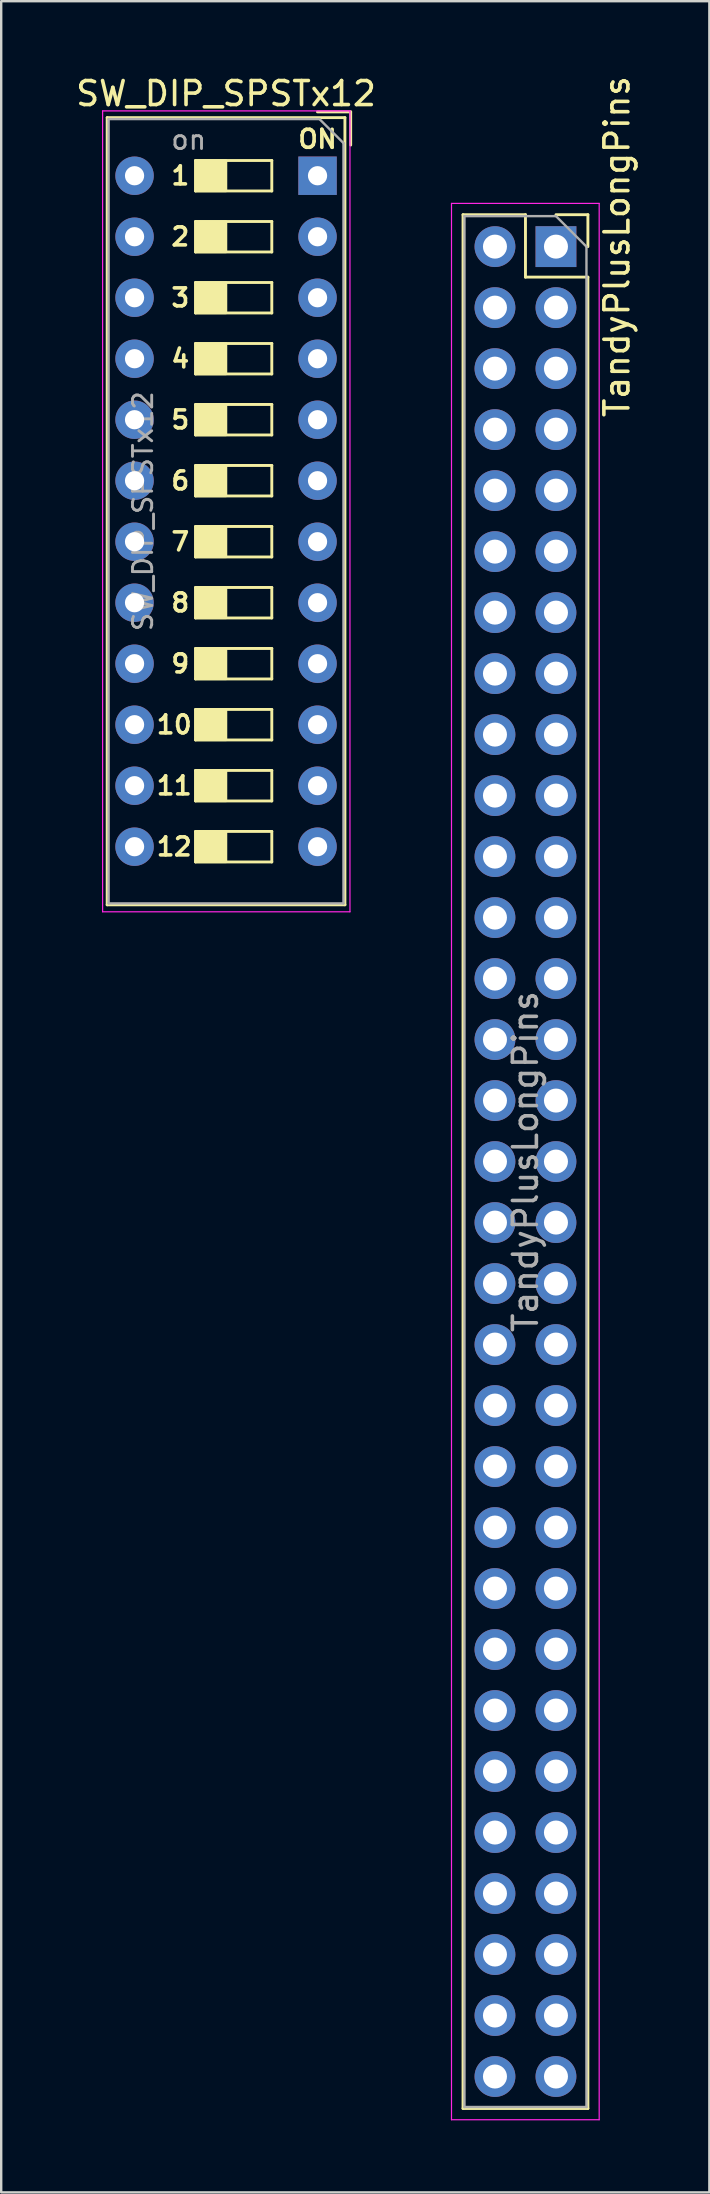
<source format=kicad_pcb>
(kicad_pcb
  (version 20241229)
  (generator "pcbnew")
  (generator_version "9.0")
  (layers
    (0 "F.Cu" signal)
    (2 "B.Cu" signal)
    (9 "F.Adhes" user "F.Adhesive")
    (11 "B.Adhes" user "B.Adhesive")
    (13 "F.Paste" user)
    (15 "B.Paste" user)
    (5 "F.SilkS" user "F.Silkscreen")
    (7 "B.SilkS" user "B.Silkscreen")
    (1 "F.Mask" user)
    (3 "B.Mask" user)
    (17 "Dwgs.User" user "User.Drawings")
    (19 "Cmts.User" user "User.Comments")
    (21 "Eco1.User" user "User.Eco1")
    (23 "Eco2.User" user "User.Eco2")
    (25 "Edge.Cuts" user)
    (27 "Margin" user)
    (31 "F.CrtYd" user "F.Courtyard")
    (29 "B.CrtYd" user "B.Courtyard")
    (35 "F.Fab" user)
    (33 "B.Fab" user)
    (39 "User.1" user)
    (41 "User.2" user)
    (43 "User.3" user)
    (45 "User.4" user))
  (footprint "SW_DIP_SPSTx12"
    (layer "F.Cu")
    (at 10.173 4.268)
    (property "Reference" "SW_DIP_SPSTx12" (at -3.81 -3.42 0) (layer "F.SilkS") (effects (font (size 1 1) (thickness 0.15))))
    (attr through_hole)
    (fp_line (start -8.76 -2.42) (end -8.76 30.36) (stroke (width 0.12) (type solid)) (layer "F.SilkS"))
    (fp_line (start -5.08 -0.635) (end -1.905 -0.635) (stroke (width 0.12) (type solid)) (layer "F.SilkS"))
    (fp_line (start -5.08 0.635) (end -5.08 -0.635) (stroke (width 0.12) (type solid)) (layer "F.SilkS"))
    (fp_line (start -5.08 1.905) (end -1.905 1.905) (stroke (width 0.12) (type solid)) (layer "F.SilkS"))
    (fp_line (start -5.08 3.175) (end -5.08 1.905) (stroke (width 0.12) (type solid)) (layer "F.SilkS"))
    (fp_line (start -5.08 4.445) (end -1.905 4.445) (stroke (width 0.12) (type solid)) (layer "F.SilkS"))
    (fp_line (start -5.08 5.715) (end -5.08 4.445) (stroke (width 0.12) (type solid)) (layer "F.SilkS"))
    (fp_line (start -5.08 6.985) (end -1.905 6.985) (stroke (width 0.12) (type solid)) (layer "F.SilkS"))
    (fp_line (start -5.08 8.255) (end -5.08 6.985) (stroke (width 0.12) (type solid)) (layer "F.SilkS"))
    (fp_line (start -5.08 9.525) (end -1.905 9.525) (stroke (width 0.12) (type solid)) (layer "F.SilkS"))
    (fp_line (start -5.08 10.795) (end -5.08 9.525) (stroke (width 0.12) (type solid)) (layer "F.SilkS"))
    (fp_line (start -5.08 12.065) (end -1.905 12.065) (stroke (width 0.12) (type solid)) (layer "F.SilkS"))
    (fp_line (start -5.08 13.335) (end -5.08 12.065) (stroke (width 0.12) (type solid)) (layer "F.SilkS"))
    (fp_line (start -5.08 14.605) (end -1.905 14.605) (stroke (width 0.12) (type solid)) (layer "F.SilkS"))
    (fp_line (start -5.08 15.875) (end -5.08 14.605) (stroke (width 0.12) (type solid)) (layer "F.SilkS"))
    (fp_line (start -5.08 17.145) (end -1.905 17.145) (stroke (width 0.12) (type solid)) (layer "F.SilkS"))
    (fp_line (start -5.08 18.415) (end -5.08 17.145) (stroke (width 0.12) (type solid)) (layer "F.SilkS"))
    (fp_line (start -5.08 19.685) (end -1.905 19.685) (stroke (width 0.12) (type solid)) (layer "F.SilkS"))
    (fp_line (start -5.08 20.955) (end -5.08 19.685) (stroke (width 0.12) (type solid)) (layer "F.SilkS"))
    (fp_line (start -5.08 22.225) (end -1.905 22.225) (stroke (width 0.12) (type solid)) (layer "F.SilkS"))
    (fp_line (start -5.08 23.495) (end -5.08 22.225) (stroke (width 0.12) (type solid)) (layer "F.SilkS"))
    (fp_line (start -5.08 24.765) (end -1.905 24.765) (stroke (width 0.12) (type solid)) (layer "F.SilkS"))
    (fp_line (start -5.08 26.035) (end -5.08 24.765) (stroke (width 0.12) (type solid)) (layer "F.SilkS"))
    (fp_line (start -5.08 27.305) (end -1.905 27.305) (stroke (width 0.12) (type solid)) (layer "F.SilkS"))
    (fp_line (start -5.08 28.575) (end -5.08 27.305) (stroke (width 0.12) (type solid)) (layer "F.SilkS"))
    (fp_line (start -1.905 -0.635) (end -1.905 0.635) (stroke (width 0.12) (type solid)) (layer "F.SilkS"))
    (fp_line (start -1.905 0.635) (end -5.08 0.635) (stroke (width 0.12) (type solid)) (layer "F.SilkS"))
    (fp_line (start -1.905 1.905) (end -1.905 3.175) (stroke (width 0.12) (type solid)) (layer "F.SilkS"))
    (fp_line (start -1.905 3.175) (end -5.08 3.175) (stroke (width 0.12) (type solid)) (layer "F.SilkS"))
    (fp_line (start -1.905 4.445) (end -1.905 5.715) (stroke (width 0.12) (type solid)) (layer "F.SilkS"))
    (fp_line (start -1.905 5.715) (end -5.08 5.715) (stroke (width 0.12) (type solid)) (layer "F.SilkS"))
    (fp_line (start -1.905 6.985) (end -1.905 8.255) (stroke (width 0.12) (type solid)) (layer "F.SilkS"))
    (fp_line (start -1.905 8.255) (end -5.08 8.255) (stroke (width 0.12) (type solid)) (layer "F.SilkS"))
    (fp_line (start -1.905 9.525) (end -1.905 10.795) (stroke (width 0.12) (type solid)) (layer "F.SilkS"))
    (fp_line (start -1.905 10.795) (end -5.08 10.795) (stroke (width 0.12) (type solid)) (layer "F.SilkS"))
    (fp_line (start -1.905 12.065) (end -1.905 13.335) (stroke (width 0.12) (type solid)) (layer "F.SilkS"))
    (fp_line (start -1.905 13.335) (end -5.08 13.335) (stroke (width 0.12) (type solid)) (layer "F.SilkS"))
    (fp_line (start -1.905 14.605) (end -1.905 15.875) (stroke (width 0.12) (type solid)) (layer "F.SilkS"))
    (fp_line (start -1.905 15.875) (end -5.08 15.875) (stroke (width 0.12) (type solid)) (layer "F.SilkS"))
    (fp_line (start -1.905 17.145) (end -1.905 18.415) (stroke (width 0.12) (type solid)) (layer "F.SilkS"))
    (fp_line (start -1.905 18.415) (end -5.08 18.415) (stroke (width 0.12) (type solid)) (layer "F.SilkS"))
    (fp_line (start -1.905 19.685) (end -1.905 20.955) (stroke (width 0.12) (type solid)) (layer "F.SilkS"))
    (fp_line (start -1.905 20.955) (end -5.08 20.955) (stroke (width 0.12) (type solid)) (layer "F.SilkS"))
    (fp_line (start -1.905 22.225) (end -1.905 23.495) (stroke (width 0.12) (type solid)) (layer "F.SilkS"))
    (fp_line (start -1.905 23.495) (end -5.08 23.495) (stroke (width 0.12) (type solid)) (layer "F.SilkS"))
    (fp_line (start -1.905 24.765) (end -1.905 26.035) (stroke (width 0.12) (type solid)) (layer "F.SilkS"))
    (fp_line (start -1.905 26.035) (end -5.08 26.035) (stroke (width 0.12) (type solid)) (layer "F.SilkS"))
    (fp_line (start -1.905 27.305) (end -1.905 28.575) (stroke (width 0.12) (type solid)) (layer "F.SilkS"))
    (fp_line (start -1.905 28.575) (end -5.08 28.575) (stroke (width 0.12) (type solid)) (layer "F.SilkS"))
    (fp_line (start 1.14 -2.42) (end -8.76 -2.42) (stroke (width 0.12) (type solid)) (layer "F.SilkS"))
    (fp_line (start 1.14 -2.42) (end 1.14 30.36) (stroke (width 0.12) (type solid)) (layer "F.SilkS"))
    (fp_line (start 1.14 30.36) (end -8.76 30.36) (stroke (width 0.12) (type solid)) (layer "F.SilkS"))
    (fp_line (start 1.38 -2.66) (end -0.004 -2.66) (stroke (width 0.12) (type solid)) (layer "F.SilkS"))
    (fp_line (start 1.38 -2.66) (end 1.38 -1.277) (stroke (width 0.12) (type solid)) (layer "F.SilkS"))
    (fp_poly (pts (xy -3.81 0.635) (xy -5.08 0.635) (xy -5.08 -0.635) (xy -3.81 -0.635)) (stroke (width 0.1) (type solid)) (fill yes) (layer "F.SilkS"))
    (fp_poly (pts (xy -3.81 3.175) (xy -5.08 3.175) (xy -5.08 1.905) (xy -3.81 1.905)) (stroke (width 0.1) (type solid)) (fill yes) (layer "F.SilkS"))
    (fp_poly (pts (xy -3.81 5.715) (xy -5.08 5.715) (xy -5.08 4.445) (xy -3.81 4.445)) (stroke (width 0.1) (type solid)) (fill yes) (layer "F.SilkS"))
    (fp_poly (pts (xy -3.81 8.255) (xy -5.08 8.255) (xy -5.08 6.985) (xy -3.81 6.985)) (stroke (width 0.1) (type solid)) (fill yes) (layer "F.SilkS"))
    (fp_poly (pts (xy -3.81 10.795) (xy -5.08 10.795) (xy -5.08 9.525) (xy -3.81 9.525)) (stroke (width 0.1) (type solid)) (fill yes) (layer "F.SilkS"))
    (fp_poly (pts (xy -3.81 13.335) (xy -5.08 13.335) (xy -5.08 12.065) (xy -3.81 12.065)) (stroke (width 0.1) (type solid)) (fill yes) (layer "F.SilkS"))
    (fp_poly (pts (xy -3.81 15.875) (xy -5.08 15.875) (xy -5.08 14.605) (xy -3.81 14.605)) (stroke (width 0.1) (type solid)) (fill yes) (layer "F.SilkS"))
    (fp_poly (pts (xy -3.81 18.415) (xy -5.08 18.415) (xy -5.08 17.145) (xy -3.81 17.145)) (stroke (width 0.1) (type solid)) (fill yes) (layer "F.SilkS"))
    (fp_poly (pts (xy -3.81 20.955) (xy -5.08 20.955) (xy -5.08 19.685) (xy -3.81 19.685)) (stroke (width 0.1) (type solid)) (fill yes) (layer "F.SilkS"))
    (fp_poly (pts (xy -3.81 23.495) (xy -5.08 23.495) (xy -5.08 22.225) (xy -3.81 22.225)) (stroke (width 0.1) (type solid)) (fill yes) (layer "F.SilkS"))
    (fp_poly (pts (xy -3.81 26.035) (xy -5.08 26.035) (xy -5.08 24.765) (xy -3.81 24.765)) (stroke (width 0.1) (type solid)) (fill yes) (layer "F.SilkS"))
    (fp_poly (pts (xy -3.81 28.575) (xy -5.08 28.575) (xy -5.08 27.305) (xy -3.81 27.305)) (stroke (width 0.1) (type solid)) (fill yes) (layer "F.SilkS"))
    (fp_line (start -8.95 -2.7) (end 1.35 -2.7) (stroke (width 0.05) (type solid)) (layer "F.CrtYd"))
    (fp_line (start -8.95 30.65) (end -8.95 -2.7) (stroke (width 0.05) (type solid)) (layer "F.CrtYd"))
    (fp_line (start 1.35 -2.7) (end 1.35 30.65) (stroke (width 0.05) (type solid)) (layer "F.CrtYd"))
    (fp_line (start 1.35 30.65) (end -8.95 30.65) (stroke (width 0.05) (type solid)) (layer "F.CrtYd"))
    (fp_line (start -8.7 -2.36) (end -8.7 30.3) (stroke (width 0.1) (type solid)) (layer "F.Fab"))
    (fp_line (start -8.7 30.3) (end 1.08 30.3) (stroke (width 0.1) (type solid)) (layer "F.Fab"))
    (fp_line (start 0.08 -2.36) (end -8.7 -2.36) (stroke (width 0.1) (type solid)) (layer "F.Fab"))
    (fp_line (start 1.08 -1.36) (end 0.08 -2.36) (stroke (width 0.1) (type solid)) (layer "F.Fab"))
    (fp_line (start 1.08 30.3) (end 1.08 -1.36) (stroke (width 0.1) (type solid)) (layer "F.Fab"))
    (fp_text user "3" (at -5.715 5.08 0) (layer "F.SilkS") (effects (font (size 0.75 0.75) (thickness 0.15))))
    (fp_text user "10" (at -5.969 22.86 0) (layer "F.SilkS") (effects (font (size 0.75 0.75) (thickness 0.15))))
    (fp_text user "4" (at -5.715 7.62 0) (layer "F.SilkS") (effects (font (size 0.75 0.75) (thickness 0.15))))
    (fp_text user "7" (at -5.715 15.24 0) (layer "F.SilkS") (effects (font (size 0.75 0.75) (thickness 0.15))))
    (fp_text user "9" (at -5.715 20.32 0) (layer "F.SilkS") (effects (font (size 0.75 0.75) (thickness 0.15))))
    (fp_text user "11" (at -5.969 25.4 0) (layer "F.SilkS") (effects (font (size 0.75 0.75) (thickness 0.15))))
    (fp_text user "12" (at -5.969 27.94 0) (layer "F.SilkS") (effects (font (size 0.75 0.75) (thickness 0.15))))
    (fp_text user "1" (at -5.715 0 0) (layer "F.SilkS") (effects (font (size 0.75 0.75) (thickness 0.15))))
    (fp_text user "5" (at -5.715 10.16 0) (layer "F.SilkS") (effects (font (size 0.75 0.75) (thickness 0.15))))
    (fp_text user "6" (at -5.715 12.7 0) (layer "F.SilkS") (effects (font (size 0.75 0.75) (thickness 0.15))))
    (fp_text user "ON" (at 0 -1.524 0) (layer "F.SilkS") (effects (font (size 0.75 0.75) (thickness 0.15))))
    (fp_text user "2" (at -5.715 2.54 0) (layer "F.SilkS") (effects (font (size 0.75 0.75) (thickness 0.15))))
    (fp_text user "8" (at -5.715 17.78 0) (layer "F.SilkS") (effects (font (size 0.75 0.75) (thickness 0.15))))
    (fp_text user "${REFERENCE}" (at -7.27 13.97 90) (layer "F.Fab") (effects (font (size 0.8 0.8) (thickness 0.12))))
    (fp_text user "on" (at -5.365 -1.498 0) (layer "F.Fab") (effects (font (size 0.8 0.8) (thickness 0.12))))
    (pad "1" thru_hole rect (at 0 0) (size 1.6 1.6) (drill 0.8) (layers "*.Cu" "*.Mask"))
    (pad "2" thru_hole oval (at 0 2.54) (size 1.6 1.6) (drill 0.8) (layers "*.Cu" "*.Mask"))
    (pad "3" thru_hole oval (at 0 5.08) (size 1.6 1.6) (drill 0.8) (layers "*.Cu" "*.Mask"))
    (pad "4" thru_hole oval (at 0 7.62) (size 1.6 1.6) (drill 0.8) (layers "*.Cu" "*.Mask"))
    (pad "5" thru_hole oval (at 0 10.16) (size 1.6 1.6) (drill 0.8) (layers "*.Cu" "*.Mask"))
    (pad "6" thru_hole oval (at 0 12.7) (size 1.6 1.6) (drill 0.8) (layers "*.Cu" "*.Mask"))
    (pad "7" thru_hole oval (at 0 15.24) (size 1.6 1.6) (drill 0.8) (layers "*.Cu" "*.Mask"))
    (pad "8" thru_hole oval (at 0 17.78) (size 1.6 1.6) (drill 0.8) (layers "*.Cu" "*.Mask"))
    (pad "9" thru_hole oval (at 0 20.32) (size 1.6 1.6) (drill 0.8) (layers "*.Cu" "*.Mask"))
    (pad "10" thru_hole oval (at 0 22.86) (size 1.6 1.6) (drill 0.8) (layers "*.Cu" "*.Mask"))
    (pad "11" thru_hole oval (at 0 25.4) (size 1.6 1.6) (drill 0.8) (layers "*.Cu" "*.Mask"))
    (pad "12" thru_hole oval (at 0 27.94) (size 1.6 1.6) (drill 0.8) (layers "*.Cu" "*.Mask"))
    (pad "13" thru_hole oval (at -7.62 27.94) (size 1.6 1.6) (drill 0.8) (layers "*.Cu" "*.Mask"))
    (pad "14" thru_hole oval (at -7.62 25.4) (size 1.6 1.6) (drill 0.8) (layers "*.Cu" "*.Mask"))
    (pad "15" thru_hole oval (at -7.62 22.86) (size 1.6 1.6) (drill 0.8) (layers "*.Cu" "*.Mask"))
    (pad "16" thru_hole oval (at -7.62 20.32) (size 1.6 1.6) (drill 0.8) (layers "*.Cu" "*.Mask"))
    (pad "17" thru_hole oval (at -7.62 17.78) (size 1.6 1.6) (drill 0.8) (layers "*.Cu" "*.Mask"))
    (pad "18" thru_hole oval (at -7.62 15.24) (size 1.6 1.6) (drill 0.8) (layers "*.Cu" "*.Mask"))
    (pad "19" thru_hole oval (at -7.62 12.7) (size 1.6 1.6) (drill 0.8) (layers "*.Cu" "*.Mask"))
    (pad "20" thru_hole oval (at -7.62 10.16) (size 1.6 1.6) (drill 0.8) (layers "*.Cu" "*.Mask"))
    (pad "21" thru_hole oval (at -7.62 7.62) (size 1.6 1.6) (drill 0.8) (layers "*.Cu" "*.Mask"))
    (pad "22" thru_hole oval (at -7.62 5.08) (size 1.6 1.6) (drill 0.8) (layers "*.Cu" "*.Mask"))
    (pad "23" thru_hole oval (at -7.62 2.54) (size 1.6 1.6) (drill 0.8) (layers "*.Cu" "*.Mask"))
    (pad "24" thru_hole oval (at -7.62 0) (size 1.6 1.6) (drill 0.8) (layers "*.Cu" "*.Mask")))
  (footprint "TandyPlusLongPins"
    (layer "F.Cu")
    (at 20.101 7.22)
    (property "Reference" "TandyPlusLongPins" (at 2.54 0 90) (layer "F.SilkS") (effects (font (size 1 1) (thickness 0.15))))
    (attr through_hole)
    (fp_line (start -3.87 -1.33) (end -3.87 77.53) (stroke (width 0.12) (type solid)) (layer "F.SilkS"))
    (fp_line (start -1.27 -1.33) (end -3.87 -1.33) (stroke (width 0.12) (type solid)) (layer "F.SilkS"))
    (fp_line (start -1.27 1.27) (end -1.27 -1.33) (stroke (width 0.12) (type solid)) (layer "F.SilkS"))
    (fp_line (start 1.33 -1.33) (end 0 -1.33) (stroke (width 0.12) (type solid)) (layer "F.SilkS"))
    (fp_line (start 1.33 0) (end 1.33 -1.33) (stroke (width 0.12) (type solid)) (layer "F.SilkS"))
    (fp_line (start 1.33 1.27) (end -1.27 1.27) (stroke (width 0.12) (type solid)) (layer "F.SilkS"))
    (fp_line (start 1.33 1.27) (end 1.33 77.53) (stroke (width 0.12) (type solid)) (layer "F.SilkS"))
    (fp_line (start 1.33 77.53) (end -3.87 77.53) (stroke (width 0.12) (type solid)) (layer "F.SilkS"))
    (fp_line (start -4.35 -1.8) (end 1.8 -1.8) (stroke (width 0.05) (type solid)) (layer "F.CrtYd"))
    (fp_line (start -4.35 78) (end -4.35 -1.8) (stroke (width 0.05) (type solid)) (layer "F.CrtYd"))
    (fp_line (start 1.8 -1.8) (end 1.8 78) (stroke (width 0.05) (type solid)) (layer "F.CrtYd"))
    (fp_line (start 1.8 78) (end -4.35 78) (stroke (width 0.05) (type solid)) (layer "F.CrtYd"))
    (fp_line (start -3.81 -1.27) (end -3.81 77.47) (stroke (width 0.1) (type solid)) (layer "F.Fab"))
    (fp_line (start -3.81 77.47) (end 1.27 77.47) (stroke (width 0.1) (type solid)) (layer "F.Fab"))
    (fp_line (start 0 -1.27) (end -3.81 -1.27) (stroke (width 0.1) (type solid)) (layer "F.Fab"))
    (fp_line (start 1.27 0) (end 0 -1.27) (stroke (width 0.1) (type solid)) (layer "F.Fab"))
    (fp_line (start 1.27 77.47) (end 1.27 0) (stroke (width 0.1) (type solid)) (layer "F.Fab"))
    (fp_text user "${REFERENCE}" (at -1.27 38.1 90) (layer "F.Fab") (effects (font (size 1 1) (thickness 0.15))))
    (pad "1" thru_hole rect (at 0 0) (size 1.7 1.7) (drill 1) (layers "*.Cu" "*.Mask"))
    (pad "2" thru_hole oval (at 0 2.54) (size 1.7 1.7) (drill 1) (layers "*.Cu" "*.Mask"))
    (pad "3" thru_hole oval (at 0 5.08) (size 1.7 1.7) (drill 1) (layers "*.Cu" "*.Mask"))
    (pad "4" thru_hole oval (at 0 7.62) (size 1.7 1.7) (drill 1) (layers "*.Cu" "*.Mask"))
    (pad "5" thru_hole oval (at 0 10.16) (size 1.7 1.7) (drill 1) (layers "*.Cu" "*.Mask"))
    (pad "6" thru_hole oval (at 0 12.7) (size 1.7 1.7) (drill 1) (layers "*.Cu" "*.Mask"))
    (pad "7" thru_hole oval (at 0 15.24) (size 1.7 1.7) (drill 1) (layers "*.Cu" "*.Mask"))
    (pad "8" thru_hole oval (at 0 17.78) (size 1.7 1.7) (drill 1) (layers "*.Cu" "*.Mask"))
    (pad "9" thru_hole oval (at 0 20.32) (size 1.7 1.7) (drill 1) (layers "*.Cu" "*.Mask"))
    (pad "10" thru_hole oval (at 0 22.86) (size 1.7 1.7) (drill 1) (layers "*.Cu" "*.Mask"))
    (pad "11" thru_hole oval (at 0 25.4) (size 1.7 1.7) (drill 1) (layers "*.Cu" "*.Mask"))
    (pad "12" thru_hole oval (at 0 27.94) (size 1.7 1.7) (drill 1) (layers "*.Cu" "*.Mask"))
    (pad "13" thru_hole oval (at 0 30.48) (size 1.7 1.7) (drill 1) (layers "*.Cu" "*.Mask"))
    (pad "14" thru_hole oval (at 0 33.02) (size 1.7 1.7) (drill 1) (layers "*.Cu" "*.Mask"))
    (pad "15" thru_hole oval (at 0 35.56) (size 1.7 1.7) (drill 1) (layers "*.Cu" "*.Mask"))
    (pad "16" thru_hole oval (at 0 38.1) (size 1.7 1.7) (drill 1) (layers "*.Cu" "*.Mask"))
    (pad "17" thru_hole oval (at 0 40.64) (size 1.7 1.7) (drill 1) (layers "*.Cu" "*.Mask"))
    (pad "18" thru_hole oval (at 0 43.18) (size 1.7 1.7) (drill 1) (layers "*.Cu" "*.Mask"))
    (pad "19" thru_hole oval (at 0 45.72) (size 1.7 1.7) (drill 1) (layers "*.Cu" "*.Mask"))
    (pad "20" thru_hole oval (at 0 48.26) (size 1.7 1.7) (drill 1) (layers "*.Cu" "*.Mask"))
    (pad "21" thru_hole oval (at 0 50.8) (size 1.7 1.7) (drill 1) (layers "*.Cu" "*.Mask"))
    (pad "22" thru_hole oval (at 0 53.34) (size 1.7 1.7) (drill 1) (layers "*.Cu" "*.Mask"))
    (pad "23" thru_hole oval (at 0 55.88) (size 1.7 1.7) (drill 1) (layers "*.Cu" "*.Mask"))
    (pad "24" thru_hole oval (at 0 58.42) (size 1.7 1.7) (drill 1) (layers "*.Cu" "*.Mask"))
    (pad "25" thru_hole oval (at 0 60.96) (size 1.7 1.7) (drill 1) (layers "*.Cu" "*.Mask"))
    (pad "26" thru_hole oval (at 0 63.5) (size 1.7 1.7) (drill 1) (layers "*.Cu" "*.Mask"))
    (pad "27" thru_hole oval (at 0 66.04) (size 1.7 1.7) (drill 1) (layers "*.Cu" "*.Mask"))
    (pad "28" thru_hole oval (at 0 68.58) (size 1.7 1.7) (drill 1) (layers "*.Cu" "*.Mask"))
    (pad "29" thru_hole oval (at 0 71.12) (size 1.7 1.7) (drill 1) (layers "*.Cu" "*.Mask"))
    (pad "30" thru_hole oval (at 0 73.66) (size 1.7 1.7) (drill 1) (layers "*.Cu" "*.Mask"))
    (pad "31" thru_hole oval (at 0 76.2) (size 1.7 1.7) (drill 1) (layers "*.Cu" "*.Mask"))
    (pad "32" thru_hole oval (at -2.54 0) (size 1.7 1.7) (drill 1) (layers "*.Cu" "*.Mask"))
    (pad "33" thru_hole oval (at -2.54 2.54) (size 1.7 1.7) (drill 1) (layers "*.Cu" "*.Mask"))
    (pad "34" thru_hole oval (at -2.54 5.08) (size 1.7 1.7) (drill 1) (layers "*.Cu" "*.Mask"))
    (pad "35" thru_hole oval (at -2.54 7.62) (size 1.7 1.7) (drill 1) (layers "*.Cu" "*.Mask"))
    (pad "36" thru_hole oval (at -2.54 10.16) (size 1.7 1.7) (drill 1) (layers "*.Cu" "*.Mask"))
    (pad "37" thru_hole oval (at -2.54 12.7) (size 1.7 1.7) (drill 1) (layers "*.Cu" "*.Mask"))
    (pad "38" thru_hole oval (at -2.54 15.24) (size 1.7 1.7) (drill 1) (layers "*.Cu" "*.Mask"))
    (pad "39" thru_hole oval (at -2.54 17.78) (size 1.7 1.7) (drill 1) (layers "*.Cu" "*.Mask"))
    (pad "40" thru_hole oval (at -2.54 20.32) (size 1.7 1.7) (drill 1) (layers "*.Cu" "*.Mask"))
    (pad "41" thru_hole oval (at -2.54 22.86) (size 1.7 1.7) (drill 1) (layers "*.Cu" "*.Mask"))
    (pad "42" thru_hole oval (at -2.54 25.4) (size 1.7 1.7) (drill 1) (layers "*.Cu" "*.Mask"))
    (pad "43" thru_hole oval (at -2.54 27.94) (size 1.7 1.7) (drill 1) (layers "*.Cu" "*.Mask"))
    (pad "44" thru_hole oval (at -2.54 30.48) (size 1.7 1.7) (drill 1) (layers "*.Cu" "*.Mask"))
    (pad "45" thru_hole oval (at -2.54 33.02) (size 1.7 1.7) (drill 1) (layers "*.Cu" "*.Mask"))
    (pad "46" thru_hole oval (at -2.54 35.56) (size 1.7 1.7) (drill 1) (layers "*.Cu" "*.Mask"))
    (pad "47" thru_hole oval (at -2.54 38.1) (size 1.7 1.7) (drill 1) (layers "*.Cu" "*.Mask"))
    (pad "48" thru_hole oval (at -2.54 40.64) (size 1.7 1.7) (drill 1) (layers "*.Cu" "*.Mask"))
    (pad "49" thru_hole oval (at -2.54 43.18) (size 1.7 1.7) (drill 1) (layers "*.Cu" "*.Mask"))
    (pad "50" thru_hole oval (at -2.54 45.72) (size 1.7 1.7) (drill 1) (layers "*.Cu" "*.Mask"))
    (pad "51" thru_hole oval (at -2.54 48.26) (size 1.7 1.7) (drill 1) (layers "*.Cu" "*.Mask"))
    (pad "52" thru_hole oval (at -2.54 50.8) (size 1.7 1.7) (drill 1) (layers "*.Cu" "*.Mask"))
    (pad "53" thru_hole oval (at -2.54 53.34) (size 1.7 1.7) (drill 1) (layers "*.Cu" "*.Mask"))
    (pad "54" thru_hole oval (at -2.54 55.88) (size 1.7 1.7) (drill 1) (layers "*.Cu" "*.Mask"))
    (pad "55" thru_hole oval (at -2.54 58.42) (size 1.7 1.7) (drill 1) (layers "*.Cu" "*.Mask"))
    (pad "56" thru_hole oval (at -2.54 60.96) (size 1.7 1.7) (drill 1) (layers "*.Cu" "*.Mask"))
    (pad "57" thru_hole oval (at -2.54 63.5) (size 1.7 1.7) (drill 1) (layers "*.Cu" "*.Mask"))
    (pad "58" thru_hole oval (at -2.54 66.04) (size 1.7 1.7) (drill 1) (layers "*.Cu" "*.Mask"))
    (pad "59" thru_hole oval (at -2.54 68.58) (size 1.7 1.7) (drill 1) (layers "*.Cu" "*.Mask"))
    (pad "60" thru_hole oval (at -2.54 71.12) (size 1.7 1.7) (drill 1) (layers "*.Cu" "*.Mask"))
    (pad "61" thru_hole oval (at -2.54 73.66) (size 1.7 1.7) (drill 1) (layers "*.Cu" "*.Mask"))
    (pad "62" thru_hole oval (at -2.54 76.2) (size 1.7 1.7) (drill 1) (layers "*.Cu" "*.Mask")))
  (gr_rect
    (start -3 -3)
    (end 26.489 88.245)
    (stroke (width 0.1) (type default))
    (fill no)
    (layer "Edge.Cuts")))
</source>
